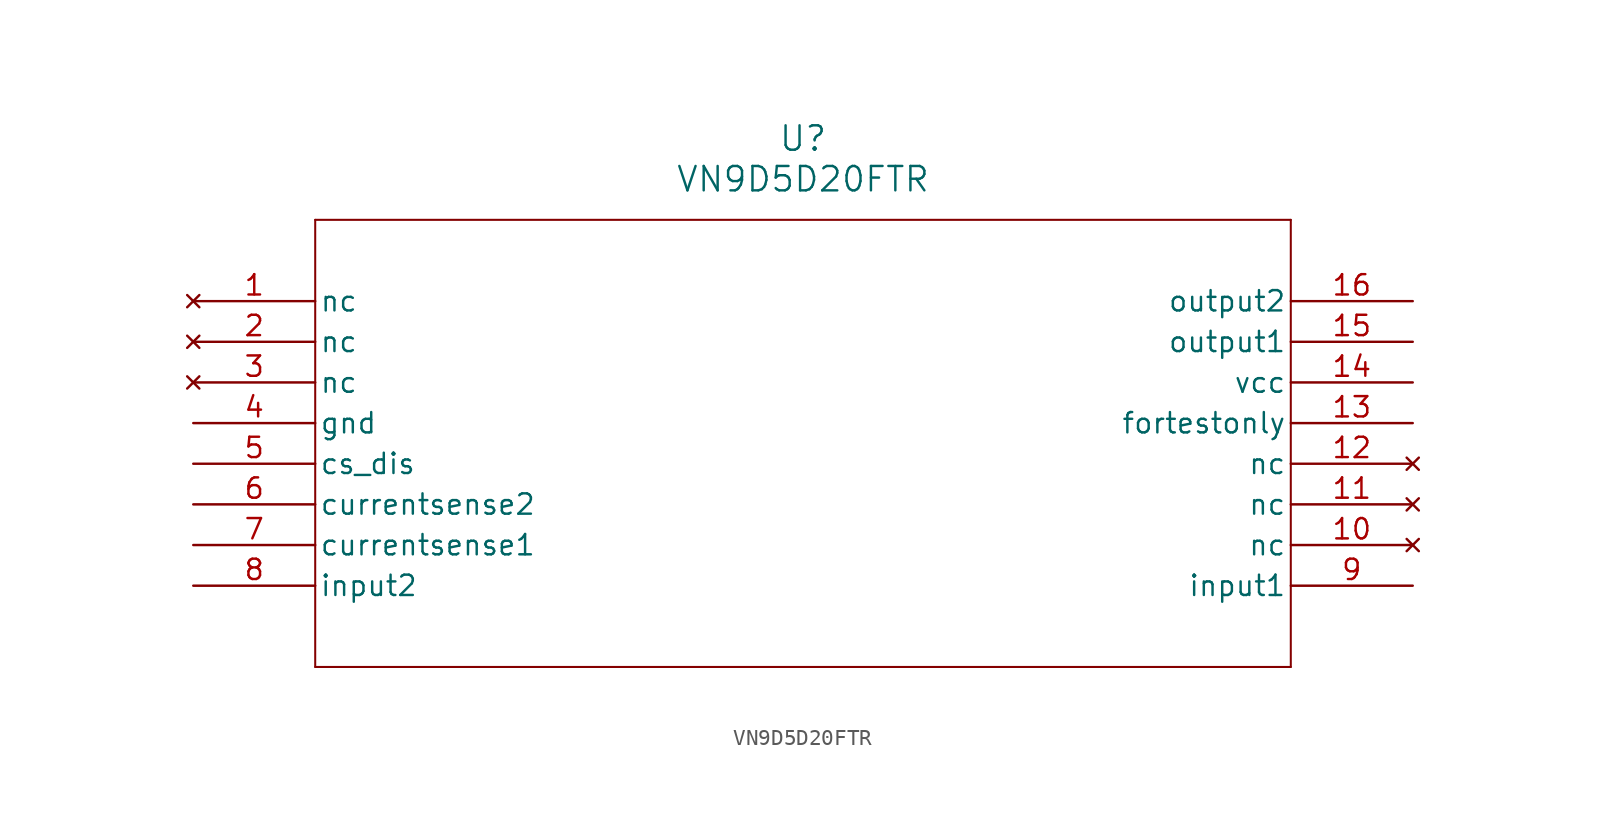
<source format=kicad_sym>
(kicad_symbol_lib
  (version 20211014)
  (generator kicad_symbol_editor)
  (symbol "VN9D5D20FTR"
    (pin_names
      (offset 0.254))
    (property "Reference" "U"
      (at 38.1 10.16 0)
      (effects (font (size 1.524 1.524))))
    (property "Value" "VN9D5D20FTR"
      (at 38.1 7.62 0)
      (effects (font (size 1.524 1.524))))
    (symbol "VN9D5D20FTR_0_1"
      (polyline (pts (xy 7.62 5.08) (xy 7.62 -22.86)) (stroke (width 0.127) (type default) (color 0 0 0 0)) (fill (type none)))
      (polyline (pts (xy 7.62 -22.86) (xy 68.58 -22.86)) (stroke (width 0.127) (type default) (color 0 0 0 0)) (fill (type none)))
      (polyline (pts (xy 68.58 -22.86) (xy 68.58 5.08)) (stroke (width 0.127) (type default) (color 0 0 0 0)) (fill (type none)))
      (polyline (pts (xy 68.58 5.08) (xy 7.62 5.08)) (stroke (width 0.127) (type default) (color 0 0 0 0)) (fill (type none)))
      (pin no_connect line (at 0 0 0) (length 7.62) (name "nc" (effects (font (size 1.27 1.27)))) (number "1" (effects (font (size 1.27 1.27)))))
      (pin no_connect line (at 0 -2.54 0) (length 7.62) (name "nc" (effects (font (size 1.27 1.27)))) (number "2" (effects (font (size 1.27 1.27)))))
      (pin no_connect line (at 0 -5.08 0) (length 7.62) (name "nc" (effects (font (size 1.27 1.27)))) (number "3" (effects (font (size 1.27 1.27)))))
      (pin power_out line (at 0 -7.62 0) (length 7.62) (name "gnd" (effects (font (size 1.27 1.27)))) (number "4" (effects (font (size 1.27 1.27)))))
      (pin unspecified line (at 0 -10.16 0) (length 7.62) (name "cs_dis" (effects (font (size 1.27 1.27)))) (number "5" (effects (font (size 1.27 1.27)))))
      (pin unspecified line (at 0 -12.7 0) (length 7.62) (name "currentsense2" (effects (font (size 1.27 1.27)))) (number "6" (effects (font (size 1.27 1.27)))))
      (pin unspecified line (at 0 -15.24 0) (length 7.62) (name "currentsense1" (effects (font (size 1.27 1.27)))) (number "7" (effects (font (size 1.27 1.27)))))
      (pin input line (at 0 -17.78 0) (length 7.62) (name "input2" (effects (font (size 1.27 1.27)))) (number "8" (effects (font (size 1.27 1.27)))))
      (pin input line (at 76.2 -17.78 180) (length 7.62) (name "input1" (effects (font (size 1.27 1.27)))) (number "9" (effects (font (size 1.27 1.27)))))
      (pin no_connect line (at 76.2 -15.24 180) (length 7.62) (name "nc" (effects (font (size 1.27 1.27)))) (number "10" (effects (font (size 1.27 1.27)))))
      (pin no_connect line (at 76.2 -12.7 180) (length 7.62) (name "nc" (effects (font (size 1.27 1.27)))) (number "11" (effects (font (size 1.27 1.27)))))
      (pin no_connect line (at 76.2 -10.16 180) (length 7.62) (name "nc" (effects (font (size 1.27 1.27)))) (number "12" (effects (font (size 1.27 1.27)))))
      (pin unspecified line (at 76.2 -7.62 180) (length 7.62) (name "fortestonly" (effects (font (size 1.27 1.27)))) (number "13" (effects (font (size 1.27 1.27)))))
      (pin power_in line (at 76.2 -5.08 180) (length 7.62) (name "vcc" (effects (font (size 1.27 1.27)))) (number "14" (effects (font (size 1.27 1.27)))))
      (pin output line (at 76.2 -2.54 180) (length 7.62) (name "output1" (effects (font (size 1.27 1.27)))) (number "15" (effects (font (size 1.27 1.27)))))
      (pin output line (at 76.2 0 180) (length 7.62) (name "output2" (effects (font (size 1.27 1.27)))) (number "16" (effects (font (size 1.27 1.27))))))))
</source>
